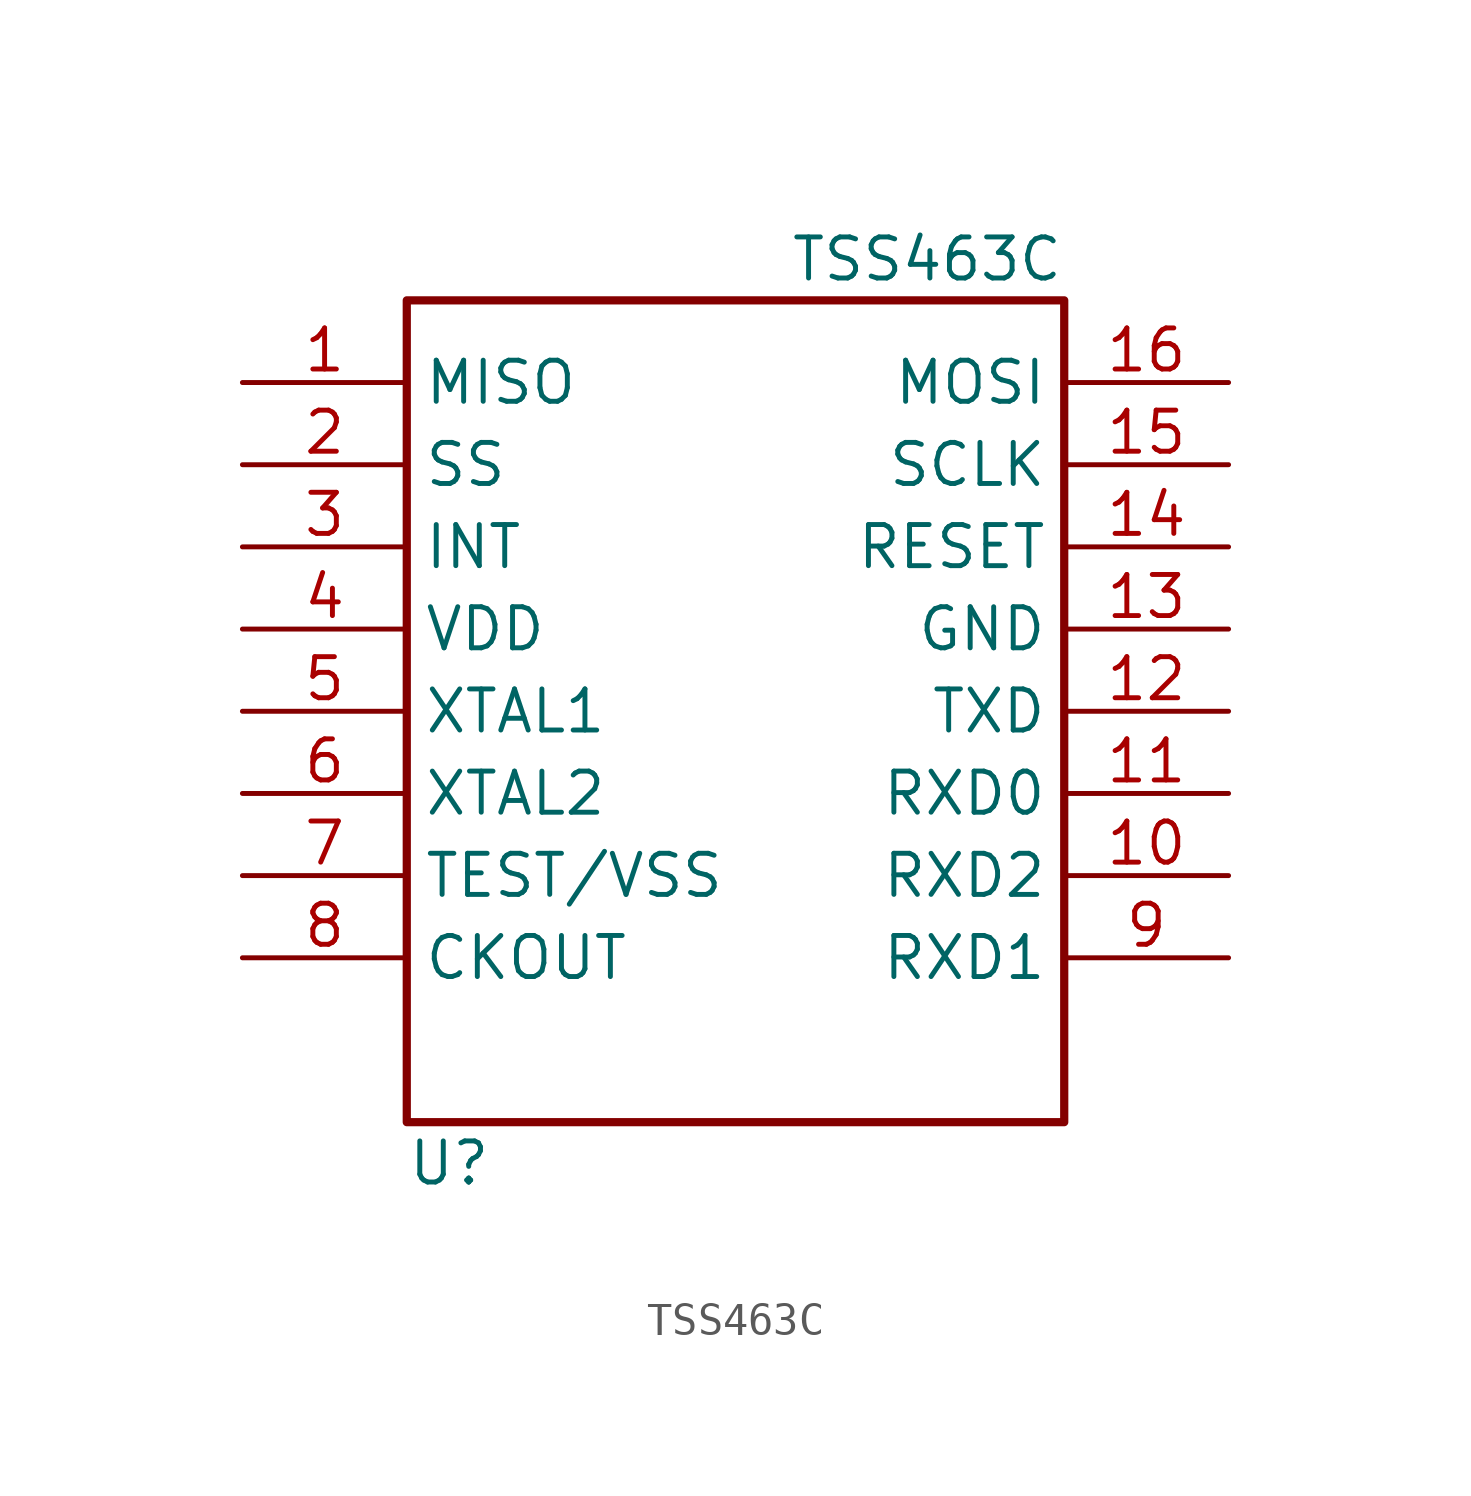
<source format=kicad_sym>
(kicad_symbol_lib
  (version 20211014)
  (generator kicad_symbol_editor)
  (symbol "TSS463C"
    (property "Reference" "U"
      (at -10.16 -13.97 0)
      (effects (font (size 1.27 1.27)) (justify left)))
    (property "Value" "TSS463C"
      (at 10.16 13.97 0)
      (effects (font (size 1.27 1.27)) (justify right)))
    (symbol "TSS463C_0_0"
      (rectangle (start -10.16 12.7) (end 10.16 -12.7) (stroke (width 0.254) (type default) (color 0 0 0 0)) (fill (type none))))
    (symbol "TSS463C_1_1"
      (pin input line (at -15.24 10.16 0) (length 5.08) (name "MISO" (effects (font (size 1.27 1.27)))) (number "1" (effects (font (size 1.27 1.27)))))
      (pin input line (at 15.24 -5.08 180) (length 5.08) (name "RXD2" (effects (font (size 1.27 1.27)))) (number "10" (effects (font (size 1.27 1.27)))))
      (pin input line (at 15.24 -2.54 180) (length 5.08) (name "RXD0" (effects (font (size 1.27 1.27)))) (number "11" (effects (font (size 1.27 1.27)))))
      (pin output line (at 15.24 0 180) (length 5.08) (name "TXD" (effects (font (size 1.27 1.27)))) (number "12" (effects (font (size 1.27 1.27)))))
      (pin input line (at 15.24 2.54 180) (length 5.08) (name "GND" (effects (font (size 1.27 1.27)))) (number "13" (effects (font (size 1.27 1.27)))))
      (pin input line (at 15.24 5.08 180) (length 5.08) (name "RESET" (effects (font (size 1.27 1.27)))) (number "14" (effects (font (size 1.27 1.27)))))
      (pin input line (at 15.24 7.62 180) (length 5.08) (name "SCLK" (effects (font (size 1.27 1.27)))) (number "15" (effects (font (size 1.27 1.27)))))
      (pin input line (at 15.24 10.16 180) (length 5.08) (name "MOSI" (effects (font (size 1.27 1.27)))) (number "16" (effects (font (size 1.27 1.27)))))
      (pin input line (at -15.24 7.62 0) (length 5.08) (name "SS" (effects (font (size 1.27 1.27)))) (number "2" (effects (font (size 1.27 1.27)))))
      (pin input line (at -15.24 5.08 0) (length 5.08) (name "INT" (effects (font (size 1.27 1.27)))) (number "3" (effects (font (size 1.27 1.27)))))
      (pin input line (at -15.24 2.54 0) (length 5.08) (name "VDD" (effects (font (size 1.27 1.27)))) (number "4" (effects (font (size 1.27 1.27)))))
      (pin input line (at -15.24 0 0) (length 5.08) (name "XTAL1" (effects (font (size 1.27 1.27)))) (number "5" (effects (font (size 1.27 1.27)))))
      (pin input line (at -15.24 -2.54 0) (length 5.08) (name "XTAL2" (effects (font (size 1.27 1.27)))) (number "6" (effects (font (size 1.27 1.27)))))
      (pin input line (at -15.24 -5.08 0) (length 5.08) (name "TEST/VSS" (effects (font (size 1.27 1.27)))) (number "7" (effects (font (size 1.27 1.27)))))
      (pin input line (at -15.24 -7.62 0) (length 5.08) (name "CKOUT" (effects (font (size 1.27 1.27)))) (number "8" (effects (font (size 1.27 1.27)))))
      (pin input line (at 15.24 -7.62 180) (length 5.08) (name "RXD1" (effects (font (size 1.27 1.27)))) (number "9" (effects (font (size 1.27 1.27))))))))
</source>
